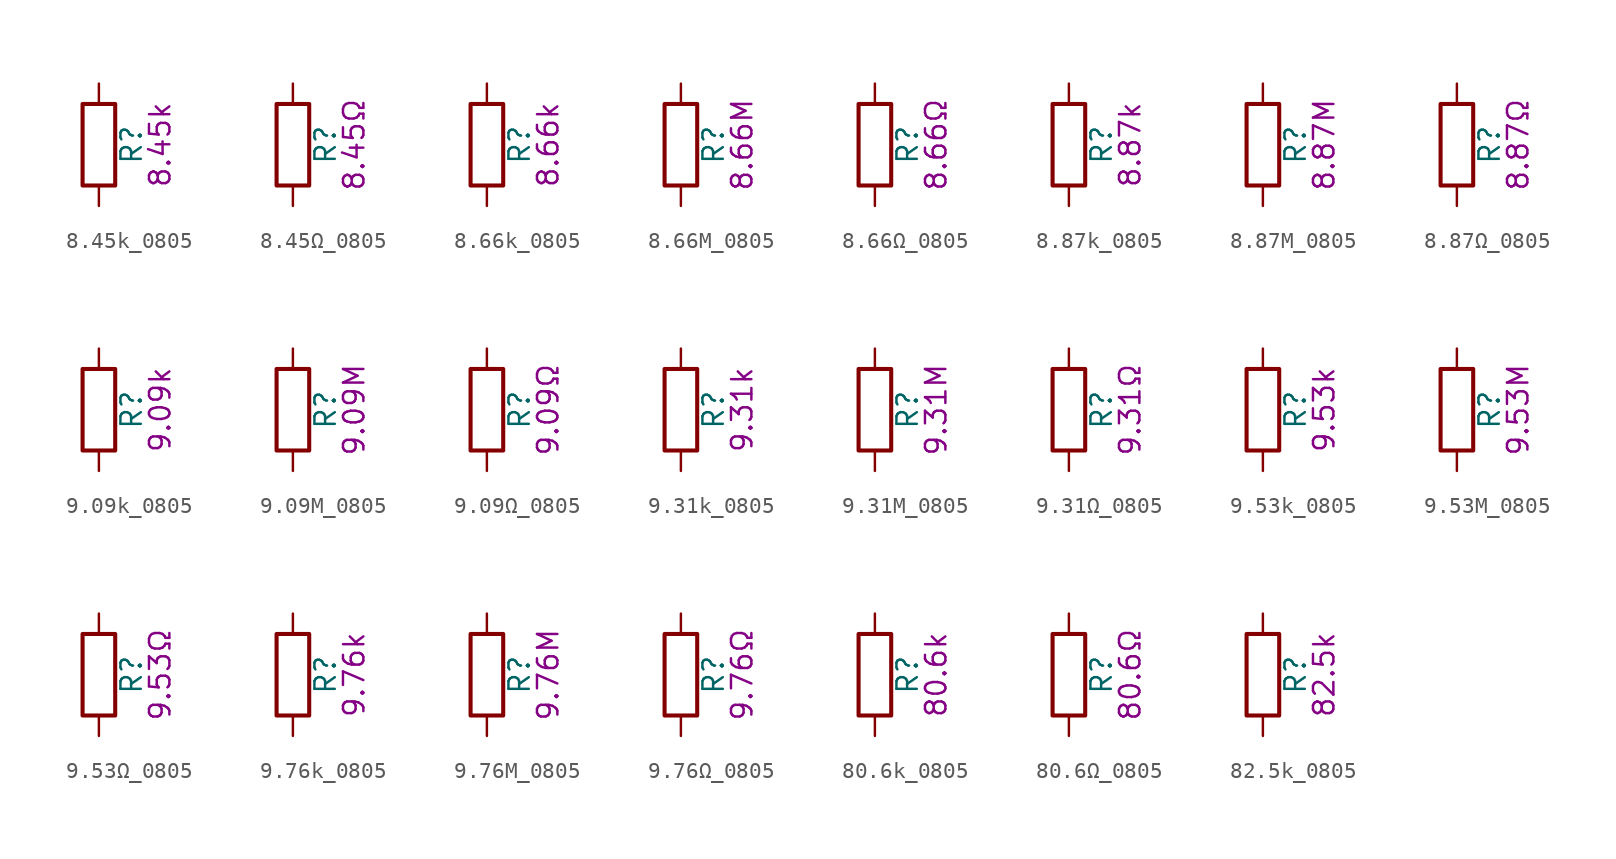
<source format=kicad_sym>
(kicad_symbol_lib
  (version 20211014)
  (generator kicad_symbol_editor)
  (symbol "8.45k_0805"
    (pin_numbers hide)
    (pin_names
      (offset 0))
    (property "Reference" "R"
      (at 2.032 0 90)
      (effects (font (size 1.27 1.27))))
    (property "Display" "8.45k"
      (at 3.81 0 90)
      (effects (font (size 1.27 1.27))))
    (symbol "8.45k_0805_0_1"
      (rectangle (start -1.016 -2.54) (end 1.016 2.54) (stroke (width 0.254) (type default) (color 0 0 0 0)) (fill (type none))))
    (symbol "8.45k_0805_1_1"
      (pin passive line (at 0 3.81 270) (length 1.27) (name "~" (effects (font (size 1.27 1.27)))) (number "1" (effects (font (size 1.27 1.27)))))
      (pin passive line (at 0 -3.81 90) (length 1.27) (name "~" (effects (font (size 1.27 1.27)))) (number "2" (effects (font (size 1.27 1.27)))))))
  (symbol "8.45Ω_0805"
    (pin_numbers hide)
    (pin_names
      (offset 0))
    (property "Reference" "R"
      (at 2.032 0 90)
      (effects (font (size 1.27 1.27))))
    (property "Display" "8.45Ω"
      (at 3.81 0 90)
      (effects (font (size 1.27 1.27))))
    (symbol "8.45Ω_0805_0_1"
      (rectangle (start -1.016 -2.54) (end 1.016 2.54) (stroke (width 0.254) (type default) (color 0 0 0 0)) (fill (type none))))
    (symbol "8.45Ω_0805_1_1"
      (pin passive line (at 0 3.81 270) (length 1.27) (name "~" (effects (font (size 1.27 1.27)))) (number "1" (effects (font (size 1.27 1.27)))))
      (pin passive line (at 0 -3.81 90) (length 1.27) (name "~" (effects (font (size 1.27 1.27)))) (number "2" (effects (font (size 1.27 1.27)))))))
  (symbol "8.66k_0805"
    (pin_numbers hide)
    (pin_names
      (offset 0))
    (property "Reference" "R"
      (at 2.032 0 90)
      (effects (font (size 1.27 1.27))))
    (property "Display" "8.66k"
      (at 3.81 0 90)
      (effects (font (size 1.27 1.27))))
    (symbol "8.66k_0805_0_1"
      (rectangle (start -1.016 -2.54) (end 1.016 2.54) (stroke (width 0.254) (type default) (color 0 0 0 0)) (fill (type none))))
    (symbol "8.66k_0805_1_1"
      (pin passive line (at 0 3.81 270) (length 1.27) (name "~" (effects (font (size 1.27 1.27)))) (number "1" (effects (font (size 1.27 1.27)))))
      (pin passive line (at 0 -3.81 90) (length 1.27) (name "~" (effects (font (size 1.27 1.27)))) (number "2" (effects (font (size 1.27 1.27)))))))
  (symbol "8.66M_0805"
    (pin_numbers hide)
    (pin_names
      (offset 0))
    (property "Reference" "R"
      (at 2.032 0 90)
      (effects (font (size 1.27 1.27))))
    (property "Display" "8.66M"
      (at 3.81 0 90)
      (effects (font (size 1.27 1.27))))
    (symbol "8.66M_0805_0_1"
      (rectangle (start -1.016 -2.54) (end 1.016 2.54) (stroke (width 0.254) (type default) (color 0 0 0 0)) (fill (type none))))
    (symbol "8.66M_0805_1_1"
      (pin passive line (at 0 3.81 270) (length 1.27) (name "~" (effects (font (size 1.27 1.27)))) (number "1" (effects (font (size 1.27 1.27)))))
      (pin passive line (at 0 -3.81 90) (length 1.27) (name "~" (effects (font (size 1.27 1.27)))) (number "2" (effects (font (size 1.27 1.27)))))))
  (symbol "8.66Ω_0805"
    (pin_numbers hide)
    (pin_names
      (offset 0))
    (property "Reference" "R"
      (at 2.032 0 90)
      (effects (font (size 1.27 1.27))))
    (property "Display" "8.66Ω"
      (at 3.81 0 90)
      (effects (font (size 1.27 1.27))))
    (symbol "8.66Ω_0805_0_1"
      (rectangle (start -1.016 -2.54) (end 1.016 2.54) (stroke (width 0.254) (type default) (color 0 0 0 0)) (fill (type none))))
    (symbol "8.66Ω_0805_1_1"
      (pin passive line (at 0 3.81 270) (length 1.27) (name "~" (effects (font (size 1.27 1.27)))) (number "1" (effects (font (size 1.27 1.27)))))
      (pin passive line (at 0 -3.81 90) (length 1.27) (name "~" (effects (font (size 1.27 1.27)))) (number "2" (effects (font (size 1.27 1.27)))))))
  (symbol "8.87k_0805"
    (pin_numbers hide)
    (pin_names
      (offset 0))
    (property "Reference" "R"
      (at 2.032 0 90)
      (effects (font (size 1.27 1.27))))
    (property "Display" "8.87k"
      (at 3.81 0 90)
      (effects (font (size 1.27 1.27))))
    (symbol "8.87k_0805_0_1"
      (rectangle (start -1.016 -2.54) (end 1.016 2.54) (stroke (width 0.254) (type default) (color 0 0 0 0)) (fill (type none))))
    (symbol "8.87k_0805_1_1"
      (pin passive line (at 0 3.81 270) (length 1.27) (name "~" (effects (font (size 1.27 1.27)))) (number "1" (effects (font (size 1.27 1.27)))))
      (pin passive line (at 0 -3.81 90) (length 1.27) (name "~" (effects (font (size 1.27 1.27)))) (number "2" (effects (font (size 1.27 1.27)))))))
  (symbol "8.87M_0805"
    (pin_numbers hide)
    (pin_names
      (offset 0))
    (property "Reference" "R"
      (at 2.032 0 90)
      (effects (font (size 1.27 1.27))))
    (property "Display" "8.87M"
      (at 3.81 0 90)
      (effects (font (size 1.27 1.27))))
    (symbol "8.87M_0805_0_1"
      (rectangle (start -1.016 -2.54) (end 1.016 2.54) (stroke (width 0.254) (type default) (color 0 0 0 0)) (fill (type none))))
    (symbol "8.87M_0805_1_1"
      (pin passive line (at 0 3.81 270) (length 1.27) (name "~" (effects (font (size 1.27 1.27)))) (number "1" (effects (font (size 1.27 1.27)))))
      (pin passive line (at 0 -3.81 90) (length 1.27) (name "~" (effects (font (size 1.27 1.27)))) (number "2" (effects (font (size 1.27 1.27)))))))
  (symbol "8.87Ω_0805"
    (pin_numbers hide)
    (pin_names
      (offset 0))
    (property "Reference" "R"
      (at 2.032 0 90)
      (effects (font (size 1.27 1.27))))
    (property "Display" "8.87Ω"
      (at 3.81 0 90)
      (effects (font (size 1.27 1.27))))
    (symbol "8.87Ω_0805_0_1"
      (rectangle (start -1.016 -2.54) (end 1.016 2.54) (stroke (width 0.254) (type default) (color 0 0 0 0)) (fill (type none))))
    (symbol "8.87Ω_0805_1_1"
      (pin passive line (at 0 3.81 270) (length 1.27) (name "~" (effects (font (size 1.27 1.27)))) (number "1" (effects (font (size 1.27 1.27)))))
      (pin passive line (at 0 -3.81 90) (length 1.27) (name "~" (effects (font (size 1.27 1.27)))) (number "2" (effects (font (size 1.27 1.27)))))))
  (symbol "9.09k_0805"
    (pin_numbers hide)
    (pin_names
      (offset 0))
    (property "Reference" "R"
      (at 2.032 0 90)
      (effects (font (size 1.27 1.27))))
    (property "Display" "9.09k"
      (at 3.81 0 90)
      (effects (font (size 1.27 1.27))))
    (symbol "9.09k_0805_0_1"
      (rectangle (start -1.016 -2.54) (end 1.016 2.54) (stroke (width 0.254) (type default) (color 0 0 0 0)) (fill (type none))))
    (symbol "9.09k_0805_1_1"
      (pin passive line (at 0 3.81 270) (length 1.27) (name "~" (effects (font (size 1.27 1.27)))) (number "1" (effects (font (size 1.27 1.27)))))
      (pin passive line (at 0 -3.81 90) (length 1.27) (name "~" (effects (font (size 1.27 1.27)))) (number "2" (effects (font (size 1.27 1.27)))))))
  (symbol "9.09M_0805"
    (pin_numbers hide)
    (pin_names
      (offset 0))
    (property "Reference" "R"
      (at 2.032 0 90)
      (effects (font (size 1.27 1.27))))
    (property "Display" "9.09M"
      (at 3.81 0 90)
      (effects (font (size 1.27 1.27))))
    (symbol "9.09M_0805_0_1"
      (rectangle (start -1.016 -2.54) (end 1.016 2.54) (stroke (width 0.254) (type default) (color 0 0 0 0)) (fill (type none))))
    (symbol "9.09M_0805_1_1"
      (pin passive line (at 0 3.81 270) (length 1.27) (name "~" (effects (font (size 1.27 1.27)))) (number "1" (effects (font (size 1.27 1.27)))))
      (pin passive line (at 0 -3.81 90) (length 1.27) (name "~" (effects (font (size 1.27 1.27)))) (number "2" (effects (font (size 1.27 1.27)))))))
  (symbol "9.09Ω_0805"
    (pin_numbers hide)
    (pin_names
      (offset 0))
    (property "Reference" "R"
      (at 2.032 0 90)
      (effects (font (size 1.27 1.27))))
    (property "Display" "9.09Ω"
      (at 3.81 0 90)
      (effects (font (size 1.27 1.27))))
    (symbol "9.09Ω_0805_0_1"
      (rectangle (start -1.016 -2.54) (end 1.016 2.54) (stroke (width 0.254) (type default) (color 0 0 0 0)) (fill (type none))))
    (symbol "9.09Ω_0805_1_1"
      (pin passive line (at 0 3.81 270) (length 1.27) (name "~" (effects (font (size 1.27 1.27)))) (number "1" (effects (font (size 1.27 1.27)))))
      (pin passive line (at 0 -3.81 90) (length 1.27) (name "~" (effects (font (size 1.27 1.27)))) (number "2" (effects (font (size 1.27 1.27)))))))
  (symbol "9.31k_0805"
    (pin_numbers hide)
    (pin_names
      (offset 0))
    (property "Reference" "R"
      (at 2.032 0 90)
      (effects (font (size 1.27 1.27))))
    (property "Display" "9.31k"
      (at 3.81 0 90)
      (effects (font (size 1.27 1.27))))
    (symbol "9.31k_0805_0_1"
      (rectangle (start -1.016 -2.54) (end 1.016 2.54) (stroke (width 0.254) (type default) (color 0 0 0 0)) (fill (type none))))
    (symbol "9.31k_0805_1_1"
      (pin passive line (at 0 3.81 270) (length 1.27) (name "~" (effects (font (size 1.27 1.27)))) (number "1" (effects (font (size 1.27 1.27)))))
      (pin passive line (at 0 -3.81 90) (length 1.27) (name "~" (effects (font (size 1.27 1.27)))) (number "2" (effects (font (size 1.27 1.27)))))))
  (symbol "9.31M_0805"
    (pin_numbers hide)
    (pin_names
      (offset 0))
    (property "Reference" "R"
      (at 2.032 0 90)
      (effects (font (size 1.27 1.27))))
    (property "Display" "9.31M"
      (at 3.81 0 90)
      (effects (font (size 1.27 1.27))))
    (symbol "9.31M_0805_0_1"
      (rectangle (start -1.016 -2.54) (end 1.016 2.54) (stroke (width 0.254) (type default) (color 0 0 0 0)) (fill (type none))))
    (symbol "9.31M_0805_1_1"
      (pin passive line (at 0 3.81 270) (length 1.27) (name "~" (effects (font (size 1.27 1.27)))) (number "1" (effects (font (size 1.27 1.27)))))
      (pin passive line (at 0 -3.81 90) (length 1.27) (name "~" (effects (font (size 1.27 1.27)))) (number "2" (effects (font (size 1.27 1.27)))))))
  (symbol "9.31Ω_0805"
    (pin_numbers hide)
    (pin_names
      (offset 0))
    (property "Reference" "R"
      (at 2.032 0 90)
      (effects (font (size 1.27 1.27))))
    (property "Display" "9.31Ω"
      (at 3.81 0 90)
      (effects (font (size 1.27 1.27))))
    (symbol "9.31Ω_0805_0_1"
      (rectangle (start -1.016 -2.54) (end 1.016 2.54) (stroke (width 0.254) (type default) (color 0 0 0 0)) (fill (type none))))
    (symbol "9.31Ω_0805_1_1"
      (pin passive line (at 0 3.81 270) (length 1.27) (name "~" (effects (font (size 1.27 1.27)))) (number "1" (effects (font (size 1.27 1.27)))))
      (pin passive line (at 0 -3.81 90) (length 1.27) (name "~" (effects (font (size 1.27 1.27)))) (number "2" (effects (font (size 1.27 1.27)))))))
  (symbol "9.53k_0805"
    (pin_numbers hide)
    (pin_names
      (offset 0))
    (property "Reference" "R"
      (at 2.032 0 90)
      (effects (font (size 1.27 1.27))))
    (property "Display" "9.53k"
      (at 3.81 0 90)
      (effects (font (size 1.27 1.27))))
    (symbol "9.53k_0805_0_1"
      (rectangle (start -1.016 -2.54) (end 1.016 2.54) (stroke (width 0.254) (type default) (color 0 0 0 0)) (fill (type none))))
    (symbol "9.53k_0805_1_1"
      (pin passive line (at 0 3.81 270) (length 1.27) (name "~" (effects (font (size 1.27 1.27)))) (number "1" (effects (font (size 1.27 1.27)))))
      (pin passive line (at 0 -3.81 90) (length 1.27) (name "~" (effects (font (size 1.27 1.27)))) (number "2" (effects (font (size 1.27 1.27)))))))
  (symbol "9.53M_0805"
    (pin_numbers hide)
    (pin_names
      (offset 0))
    (property "Reference" "R"
      (at 2.032 0 90)
      (effects (font (size 1.27 1.27))))
    (property "Display" "9.53M"
      (at 3.81 0 90)
      (effects (font (size 1.27 1.27))))
    (symbol "9.53M_0805_0_1"
      (rectangle (start -1.016 -2.54) (end 1.016 2.54) (stroke (width 0.254) (type default) (color 0 0 0 0)) (fill (type none))))
    (symbol "9.53M_0805_1_1"
      (pin passive line (at 0 3.81 270) (length 1.27) (name "~" (effects (font (size 1.27 1.27)))) (number "1" (effects (font (size 1.27 1.27)))))
      (pin passive line (at 0 -3.81 90) (length 1.27) (name "~" (effects (font (size 1.27 1.27)))) (number "2" (effects (font (size 1.27 1.27)))))))
  (symbol "9.53Ω_0805"
    (pin_numbers hide)
    (pin_names
      (offset 0))
    (property "Reference" "R"
      (at 2.032 0 90)
      (effects (font (size 1.27 1.27))))
    (property "Display" "9.53Ω"
      (at 3.81 0 90)
      (effects (font (size 1.27 1.27))))
    (symbol "9.53Ω_0805_0_1"
      (rectangle (start -1.016 -2.54) (end 1.016 2.54) (stroke (width 0.254) (type default) (color 0 0 0 0)) (fill (type none))))
    (symbol "9.53Ω_0805_1_1"
      (pin passive line (at 0 3.81 270) (length 1.27) (name "~" (effects (font (size 1.27 1.27)))) (number "1" (effects (font (size 1.27 1.27)))))
      (pin passive line (at 0 -3.81 90) (length 1.27) (name "~" (effects (font (size 1.27 1.27)))) (number "2" (effects (font (size 1.27 1.27)))))))
  (symbol "9.76k_0805"
    (pin_numbers hide)
    (pin_names
      (offset 0))
    (property "Reference" "R"
      (at 2.032 0 90)
      (effects (font (size 1.27 1.27))))
    (property "Display" "9.76k"
      (at 3.81 0 90)
      (effects (font (size 1.27 1.27))))
    (symbol "9.76k_0805_0_1"
      (rectangle (start -1.016 -2.54) (end 1.016 2.54) (stroke (width 0.254) (type default) (color 0 0 0 0)) (fill (type none))))
    (symbol "9.76k_0805_1_1"
      (pin passive line (at 0 3.81 270) (length 1.27) (name "~" (effects (font (size 1.27 1.27)))) (number "1" (effects (font (size 1.27 1.27)))))
      (pin passive line (at 0 -3.81 90) (length 1.27) (name "~" (effects (font (size 1.27 1.27)))) (number "2" (effects (font (size 1.27 1.27)))))))
  (symbol "9.76M_0805"
    (pin_numbers hide)
    (pin_names
      (offset 0))
    (property "Reference" "R"
      (at 2.032 0 90)
      (effects (font (size 1.27 1.27))))
    (property "Display" "9.76M"
      (at 3.81 0 90)
      (effects (font (size 1.27 1.27))))
    (symbol "9.76M_0805_0_1"
      (rectangle (start -1.016 -2.54) (end 1.016 2.54) (stroke (width 0.254) (type default) (color 0 0 0 0)) (fill (type none))))
    (symbol "9.76M_0805_1_1"
      (pin passive line (at 0 3.81 270) (length 1.27) (name "~" (effects (font (size 1.27 1.27)))) (number "1" (effects (font (size 1.27 1.27)))))
      (pin passive line (at 0 -3.81 90) (length 1.27) (name "~" (effects (font (size 1.27 1.27)))) (number "2" (effects (font (size 1.27 1.27)))))))
  (symbol "9.76Ω_0805"
    (pin_numbers hide)
    (pin_names
      (offset 0))
    (property "Reference" "R"
      (at 2.032 0 90)
      (effects (font (size 1.27 1.27))))
    (property "Display" "9.76Ω"
      (at 3.81 0 90)
      (effects (font (size 1.27 1.27))))
    (symbol "9.76Ω_0805_0_1"
      (rectangle (start -1.016 -2.54) (end 1.016 2.54) (stroke (width 0.254) (type default) (color 0 0 0 0)) (fill (type none))))
    (symbol "9.76Ω_0805_1_1"
      (pin passive line (at 0 3.81 270) (length 1.27) (name "~" (effects (font (size 1.27 1.27)))) (number "1" (effects (font (size 1.27 1.27)))))
      (pin passive line (at 0 -3.81 90) (length 1.27) (name "~" (effects (font (size 1.27 1.27)))) (number "2" (effects (font (size 1.27 1.27)))))))
  (symbol "80.6k_0805"
    (pin_numbers hide)
    (pin_names
      (offset 0))
    (property "Reference" "R"
      (at 2.032 0 90)
      (effects (font (size 1.27 1.27))))
    (property "Display" "80.6k"
      (at 3.81 0 90)
      (effects (font (size 1.27 1.27))))
    (symbol "80.6k_0805_0_1"
      (rectangle (start -1.016 -2.54) (end 1.016 2.54) (stroke (width 0.254) (type default) (color 0 0 0 0)) (fill (type none))))
    (symbol "80.6k_0805_1_1"
      (pin passive line (at 0 3.81 270) (length 1.27) (name "~" (effects (font (size 1.27 1.27)))) (number "1" (effects (font (size 1.27 1.27)))))
      (pin passive line (at 0 -3.81 90) (length 1.27) (name "~" (effects (font (size 1.27 1.27)))) (number "2" (effects (font (size 1.27 1.27)))))))
  (symbol "80.6Ω_0805"
    (pin_numbers hide)
    (pin_names
      (offset 0))
    (property "Reference" "R"
      (at 2.032 0 90)
      (effects (font (size 1.27 1.27))))
    (property "Display" "80.6Ω"
      (at 3.81 0 90)
      (effects (font (size 1.27 1.27))))
    (symbol "80.6Ω_0805_0_1"
      (rectangle (start -1.016 -2.54) (end 1.016 2.54) (stroke (width 0.254) (type default) (color 0 0 0 0)) (fill (type none))))
    (symbol "80.6Ω_0805_1_1"
      (pin passive line (at 0 3.81 270) (length 1.27) (name "~" (effects (font (size 1.27 1.27)))) (number "1" (effects (font (size 1.27 1.27)))))
      (pin passive line (at 0 -3.81 90) (length 1.27) (name "~" (effects (font (size 1.27 1.27)))) (number "2" (effects (font (size 1.27 1.27)))))))
  (symbol "82.5k_0805"
    (pin_numbers hide)
    (pin_names
      (offset 0))
    (property "Reference" "R"
      (at 2.032 0 90)
      (effects (font (size 1.27 1.27))))
    (property "Display" "82.5k"
      (at 3.81 0 90)
      (effects (font (size 1.27 1.27))))
    (symbol "82.5k_0805_0_1"
      (rectangle (start -1.016 -2.54) (end 1.016 2.54) (stroke (width 0.254) (type default) (color 0 0 0 0)) (fill (type none))))
    (symbol "82.5k_0805_1_1"
      (pin passive line (at 0 3.81 270) (length 1.27) (name "~" (effects (font (size 1.27 1.27)))) (number "1" (effects (font (size 1.27 1.27)))))
      (pin passive line (at 0 -3.81 90) (length 1.27) (name "~" (effects (font (size 1.27 1.27)))) (number "2" (effects (font (size 1.27 1.27))))))))
</source>
